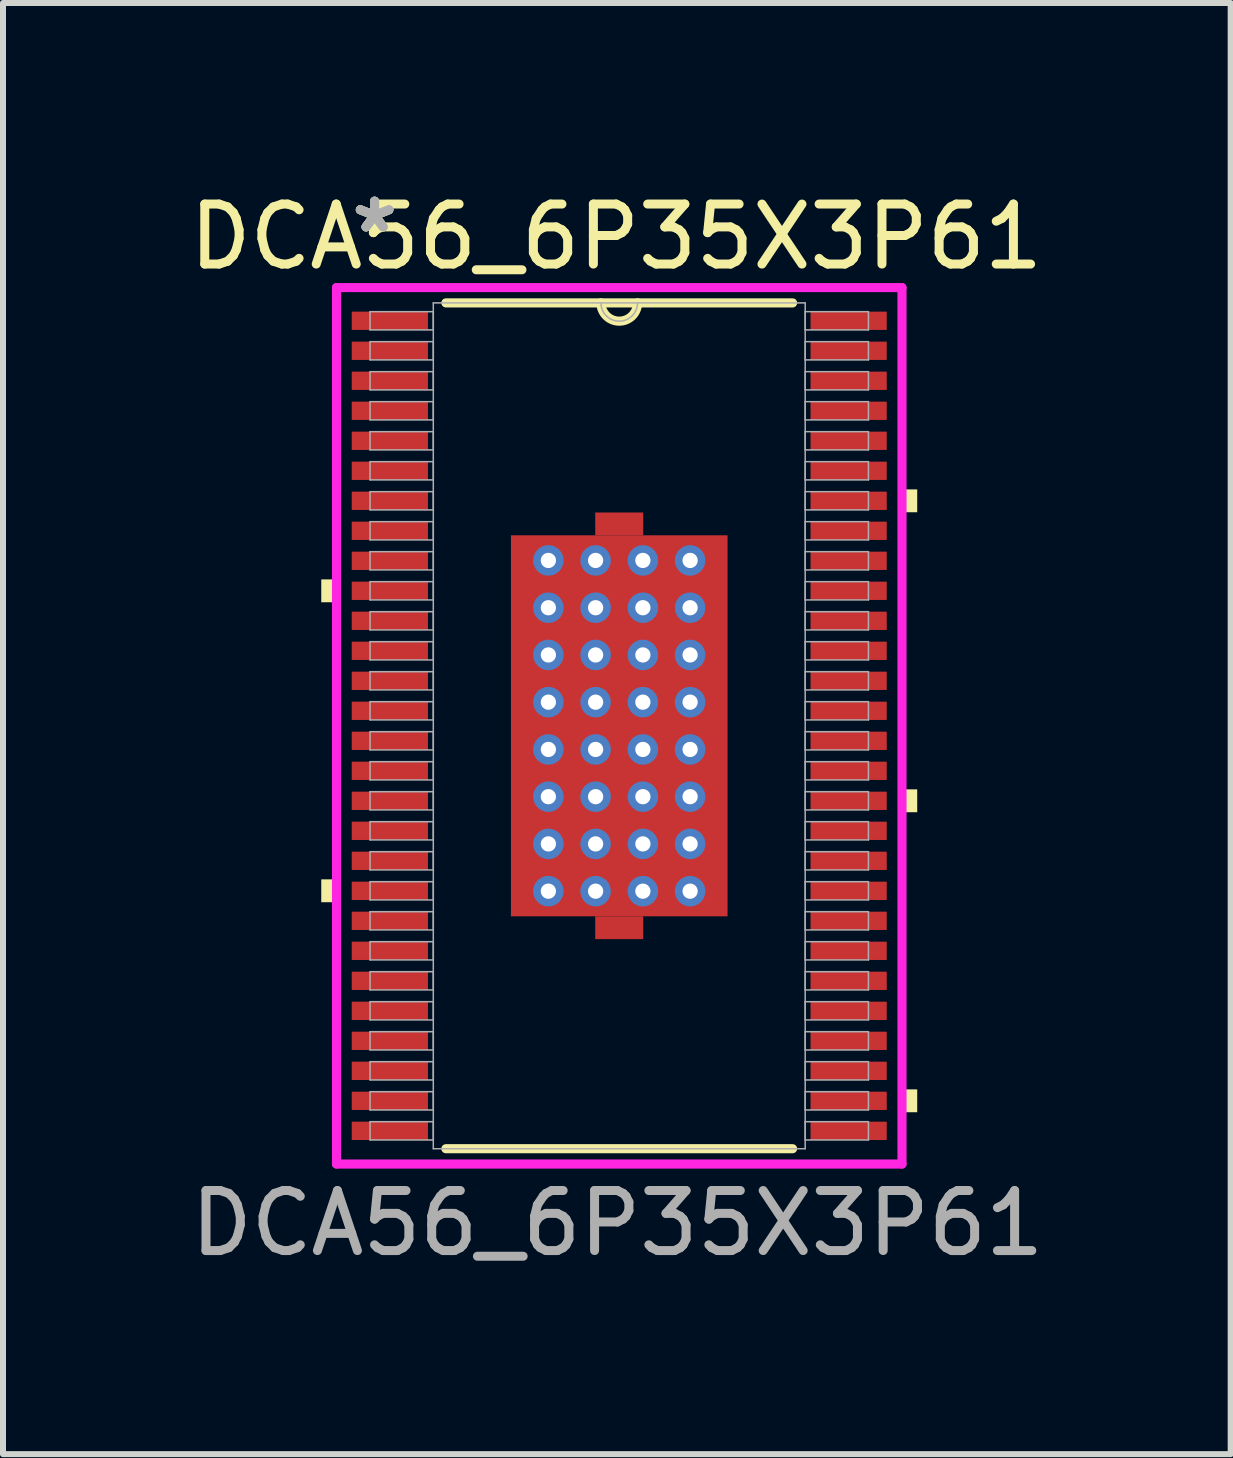
<source format=kicad_pcb>
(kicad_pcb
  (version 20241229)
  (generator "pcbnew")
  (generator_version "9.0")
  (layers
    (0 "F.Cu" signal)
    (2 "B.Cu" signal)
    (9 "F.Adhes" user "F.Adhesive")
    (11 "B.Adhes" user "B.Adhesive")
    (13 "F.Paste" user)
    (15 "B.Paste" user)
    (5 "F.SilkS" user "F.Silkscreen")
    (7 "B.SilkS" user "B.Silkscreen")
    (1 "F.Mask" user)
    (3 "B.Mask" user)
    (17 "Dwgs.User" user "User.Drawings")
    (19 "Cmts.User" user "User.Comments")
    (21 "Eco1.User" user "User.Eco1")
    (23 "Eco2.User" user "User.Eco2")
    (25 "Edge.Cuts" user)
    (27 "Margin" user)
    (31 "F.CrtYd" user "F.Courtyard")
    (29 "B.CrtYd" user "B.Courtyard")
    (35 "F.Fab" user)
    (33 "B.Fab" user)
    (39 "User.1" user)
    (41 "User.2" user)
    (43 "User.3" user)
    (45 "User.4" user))
  (footprint "DCA56_6P35X3P61"
    (layer "F.Cu")
    (at 7.27 9.046)
    (property "Reference" "DCA56_6P35X3P61" (at -0.05 -8.15 0) (unlocked yes) (layer "F.SilkS") (effects (font (size 1 1) (thickness 0.15))))
    (attr smd)
    (fp_poly (pts (xy -0.4 -3.175) (xy -0.4 -3.555) (xy 0.4 -3.555) (xy 0.4 -3.175)) (stroke (width 0) (type solid)) (fill yes) (layer "F.Cu"))
    (fp_poly (pts (xy -0.4 3.175) (xy -0.4 3.555) (xy 0.4 3.555) (xy 0.4 3.175)) (stroke (width 0) (type solid)) (fill yes) (layer "F.Cu"))
    (fp_poly (pts (xy -1.869 -3.239) (xy -1.381 -3.239) (xy -1.381 3.239) (xy -1.869 3.239)) (stroke (width 0) (type solid)) (fill yes) (layer "F.Mask"))
    (fp_poly (pts (xy -1.869 -3.239) (xy 1.869 -3.239) (xy 1.869 -2.956) (xy -1.869 -2.956)) (stroke (width 0) (type solid)) (fill yes) (layer "F.Mask"))
    (fp_poly (pts (xy -1.869 -2.556) (xy 1.869 -2.556) (xy 1.869 -2.168) (xy -1.869 -2.168)) (stroke (width 0) (type solid)) (fill yes) (layer "F.Mask"))
    (fp_poly (pts (xy -1.869 -1.768) (xy 1.869 -1.768) (xy 1.869 -1.381) (xy -1.869 -1.381)) (stroke (width 0) (type solid)) (fill yes) (layer "F.Mask"))
    (fp_poly (pts (xy -1.869 -0.981) (xy 1.869 -0.981) (xy 1.869 -0.594) (xy -1.869 -0.594)) (stroke (width 0) (type solid)) (fill yes) (layer "F.Mask"))
    (fp_poly (pts (xy -1.869 -0.194) (xy 1.869 -0.194) (xy 1.869 0.194) (xy -1.869 0.194)) (stroke (width 0) (type solid)) (fill yes) (layer "F.Mask"))
    (fp_poly (pts (xy -1.869 0.594) (xy 1.869 0.594) (xy 1.869 0.981) (xy -1.869 0.981)) (stroke (width 0) (type solid)) (fill yes) (layer "F.Mask"))
    (fp_poly (pts (xy -1.869 1.381) (xy 1.869 1.381) (xy 1.869 1.768) (xy -1.869 1.768)) (stroke (width 0) (type solid)) (fill yes) (layer "F.Mask"))
    (fp_poly (pts (xy -1.869 2.168) (xy 1.869 2.168) (xy 1.869 2.556) (xy -1.869 2.556)) (stroke (width 0) (type solid)) (fill yes) (layer "F.Mask"))
    (fp_poly (pts (xy -1.869 2.956) (xy 1.869 2.956) (xy 1.869 3.239) (xy -1.869 3.239)) (stroke (width 0) (type solid)) (fill yes) (layer "F.Mask"))
    (fp_poly (pts (xy -0.594 -3.239) (xy -0.981 -3.239) (xy -0.981 3.239) (xy -0.594 3.239)) (stroke (width 0) (type solid)) (fill yes) (layer "F.Mask"))
    (fp_poly (pts (xy -0.4 -3.175) (xy -0.4 -3.555) (xy 0.4 -3.555) (xy 0.4 -3.175)) (stroke (width 0) (type solid)) (fill yes) (layer "F.Mask"))
    (fp_poly (pts (xy -0.4 3.175) (xy -0.4 3.555) (xy 0.4 3.555) (xy 0.4 3.175)) (stroke (width 0) (type solid)) (fill yes) (layer "F.Mask"))
    (fp_poly (pts (xy 0.194 -3.239) (xy -0.194 -3.239) (xy -0.194 3.239) (xy 0.194 3.239)) (stroke (width 0) (type solid)) (fill yes) (layer "F.Mask"))
    (fp_poly (pts (xy 0.981 -3.239) (xy 0.594 -3.239) (xy 0.594 3.239) (xy 0.981 3.239)) (stroke (width 0) (type solid)) (fill yes) (layer "F.Mask"))
    (fp_poly (pts (xy 1.381 -3.239) (xy 1.869 -3.239) (xy 1.869 3.239) (xy 1.381 3.239)) (stroke (width 0) (type solid)) (fill yes) (layer "F.Mask"))
    (fp_line (start -2.889 7.048) (end 2.889 7.048) (stroke (width 0.152) (type solid)) (layer "F.SilkS"))
    (fp_line (start 2.889 -7.048) (end -2.889 -7.048) (stroke (width 0.152) (type solid)) (layer "F.SilkS"))
    (fp_arc (start 0.3048 -7.0485) (mid 0 -6.7437) (end -0.3048 -7.0485) (stroke (width 0.1524) (type solid)) (layer "F.SilkS"))
    (fp_poly (pts (xy -4.966 -2.44) (xy -4.966 -2.059) (xy -4.712 -2.059) (xy -4.712 -2.44)) (stroke (width 0) (type solid)) (fill yes) (layer "F.SilkS"))
    (fp_poly (pts (xy -4.966 2.559) (xy -4.966 2.94) (xy -4.712 2.94) (xy -4.712 2.559)) (stroke (width 0) (type solid)) (fill yes) (layer "F.SilkS"))
    (fp_poly (pts (xy 4.966 -3.94) (xy 4.966 -3.559) (xy 4.712 -3.559) (xy 4.712 -3.94)) (stroke (width 0) (type solid)) (fill yes) (layer "F.SilkS"))
    (fp_poly (pts (xy 4.966 1.059) (xy 4.966 1.44) (xy 4.712 1.44) (xy 4.712 1.059)) (stroke (width 0) (type solid)) (fill yes) (layer "F.SilkS"))
    (fp_poly (pts (xy 4.966 6.059) (xy 4.966 6.44) (xy 4.712 6.44) (xy 4.712 6.059)) (stroke (width 0) (type solid)) (fill yes) (layer "F.SilkS"))
    (fp_poly (pts (xy -1.73 -3.1) (xy -1.73 -2.856) (xy -1.423 -2.856) (xy -1.281 -2.997) (xy -1.281 -3.1)) (stroke (width 0) (type solid)) (fill yes) (layer "F.Paste"))
    (fp_poly (pts (xy -1.73 2.856) (xy -1.73 3.1) (xy -1.281 3.1) (xy -1.281 2.997) (xy -1.423 2.856)) (stroke (width 0) (type solid)) (fill yes) (layer "F.Paste"))
    (fp_poly (pts (xy 1.281 -3.1) (xy 1.281 -2.997) (xy 1.423 -2.856) (xy 1.73 -2.856) (xy 1.73 -3.1)) (stroke (width 0) (type solid)) (fill yes) (layer "F.Paste"))
    (fp_poly (pts (xy 1.423 2.856) (xy 1.281 2.997) (xy 1.281 3.1) (xy 1.73 3.1) (xy 1.73 2.856)) (stroke (width 0) (type solid)) (fill yes) (layer "F.Paste"))
    (fp_poly (pts (xy -1.73 -2.656) (xy -1.73 -2.068) (xy -1.423 -2.068) (xy -1.281 -2.21) (xy -1.281 -2.514) (xy -1.423 -2.656)) (stroke (width 0) (type solid)) (fill yes) (layer "F.Paste"))
    (fp_poly (pts (xy -1.73 -1.869) (xy -1.73 -1.281) (xy -1.423 -1.281) (xy -1.281 -1.423) (xy -1.281 -1.727) (xy -1.423 -1.869)) (stroke (width 0) (type solid)) (fill yes) (layer "F.Paste"))
    (fp_poly (pts (xy -1.73 -1.081) (xy -1.73 -0.494) (xy -1.423 -0.494) (xy -1.281 -0.635) (xy -1.281 -0.94) (xy -1.423 -1.081)) (stroke (width 0) (type solid)) (fill yes) (layer "F.Paste"))
    (fp_poly (pts (xy -1.73 -0.294) (xy -1.73 0.294) (xy -1.423 0.294) (xy -1.281 0.152) (xy -1.281 -0.152) (xy -1.423 -0.294)) (stroke (width 0) (type solid)) (fill yes) (layer "F.Paste"))
    (fp_poly (pts (xy -1.73 0.494) (xy -1.73 1.081) (xy -1.423 1.081) (xy -1.281 0.94) (xy -1.281 0.635) (xy -1.423 0.494)) (stroke (width 0) (type solid)) (fill yes) (layer "F.Paste"))
    (fp_poly (pts (xy -1.73 1.281) (xy -1.73 1.869) (xy -1.423 1.869) (xy -1.281 1.727) (xy -1.281 1.423) (xy -1.423 1.281)) (stroke (width 0) (type solid)) (fill yes) (layer "F.Paste"))
    (fp_poly (pts (xy -1.73 2.068) (xy -1.73 2.656) (xy -1.423 2.656) (xy -1.281 2.514) (xy -1.281 2.21) (xy -1.423 2.068)) (stroke (width 0) (type solid)) (fill yes) (layer "F.Paste"))
    (fp_poly (pts (xy -1.081 -3.1) (xy -1.081 -2.997) (xy -0.94 -2.856) (xy -0.635 -2.856) (xy -0.494 -2.997) (xy -0.494 -3.1)) (stroke (width 0) (type solid)) (fill yes) (layer "F.Paste"))
    (fp_poly (pts (xy -0.94 2.856) (xy -1.081 2.997) (xy -1.081 3.1) (xy -0.494 3.1) (xy -0.494 2.997) (xy -0.635 2.856)) (stroke (width 0) (type solid)) (fill yes) (layer "F.Paste"))
    (fp_poly (pts (xy -0.294 -3.1) (xy -0.294 -2.997) (xy -0.152 -2.856) (xy 0.152 -2.856) (xy 0.294 -2.997) (xy 0.294 -3.1)) (stroke (width 0) (type solid)) (fill yes) (layer "F.Paste"))
    (fp_poly (pts (xy -0.152 2.856) (xy -0.294 2.997) (xy -0.294 3.1) (xy 0.294 3.1) (xy 0.294 2.997) (xy 0.152 2.856)) (stroke (width 0) (type solid)) (fill yes) (layer "F.Paste"))
    (fp_poly (pts (xy 0.494 -3.1) (xy 0.494 -2.997) (xy 0.635 -2.856) (xy 0.94 -2.856) (xy 1.081 -2.997) (xy 1.081 -3.1)) (stroke (width 0) (type solid)) (fill yes) (layer "F.Paste"))
    (fp_poly (pts (xy 0.635 2.856) (xy 0.494 2.997) (xy 0.494 3.1) (xy 1.081 3.1) (xy 1.081 2.997) (xy 0.94 2.856)) (stroke (width 0) (type solid)) (fill yes) (layer "F.Paste"))
    (fp_poly (pts (xy 1.423 -2.656) (xy 1.281 -2.514) (xy 1.281 -2.21) (xy 1.423 -2.068) (xy 1.73 -2.068) (xy 1.73 -2.656)) (stroke (width 0) (type solid)) (fill yes) (layer "F.Paste"))
    (fp_poly (pts (xy 1.423 -1.869) (xy 1.281 -1.727) (xy 1.281 -1.423) (xy 1.423 -1.281) (xy 1.73 -1.281) (xy 1.73 -1.869)) (stroke (width 0) (type solid)) (fill yes) (layer "F.Paste"))
    (fp_poly (pts (xy 1.423 -1.081) (xy 1.281 -0.94) (xy 1.281 -0.635) (xy 1.423 -0.494) (xy 1.73 -0.494) (xy 1.73 -1.081)) (stroke (width 0) (type solid)) (fill yes) (layer "F.Paste"))
    (fp_poly (pts (xy 1.423 -0.294) (xy 1.281 -0.152) (xy 1.281 0.152) (xy 1.423 0.294) (xy 1.73 0.294) (xy 1.73 -0.294)) (stroke (width 0) (type solid)) (fill yes) (layer "F.Paste"))
    (fp_poly (pts (xy 1.423 0.494) (xy 1.281 0.635) (xy 1.281 0.94) (xy 1.423 1.081) (xy 1.73 1.081) (xy 1.73 0.494)) (stroke (width 0) (type solid)) (fill yes) (layer "F.Paste"))
    (fp_poly (pts (xy 1.423 1.281) (xy 1.281 1.423) (xy 1.281 1.727) (xy 1.423 1.869) (xy 1.73 1.869) (xy 1.73 1.281)) (stroke (width 0) (type solid)) (fill yes) (layer "F.Paste"))
    (fp_poly (pts (xy 1.423 2.068) (xy 1.281 2.21) (xy 1.281 2.514) (xy 1.423 2.656) (xy 1.73 2.656) (xy 1.73 2.068)) (stroke (width 0) (type solid)) (fill yes) (layer "F.Paste"))
    (fp_poly (pts (xy -0.94 -2.656) (xy -1.081 -2.514) (xy -1.081 -2.21) (xy -0.94 -2.068) (xy -0.635 -2.068) (xy -0.494 -2.21) (xy -0.494 -2.514) (xy -0.635 -2.656)) (stroke (width 0) (type solid)) (fill yes) (layer "F.Paste"))
    (fp_poly (pts (xy -0.94 -1.869) (xy -1.081 -1.727) (xy -1.081 -1.423) (xy -0.94 -1.281) (xy -0.635 -1.281) (xy -0.494 -1.423) (xy -0.494 -1.727) (xy -0.635 -1.869)) (stroke (width 0) (type solid)) (fill yes) (layer "F.Paste"))
    (fp_poly (pts (xy -0.94 -1.081) (xy -1.081 -0.94) (xy -1.081 -0.635) (xy -0.94 -0.494) (xy -0.635 -0.494) (xy -0.494 -0.635) (xy -0.494 -0.94) (xy -0.635 -1.081)) (stroke (width 0) (type solid)) (fill yes) (layer "F.Paste"))
    (fp_poly (pts (xy -0.94 -0.294) (xy -1.081 -0.152) (xy -1.081 0.152) (xy -0.94 0.294) (xy -0.635 0.294) (xy -0.494 0.152) (xy -0.494 -0.152) (xy -0.635 -0.294)) (stroke (width 0) (type solid)) (fill yes) (layer "F.Paste"))
    (fp_poly (pts (xy -0.94 0.494) (xy -1.081 0.635) (xy -1.081 0.94) (xy -0.94 1.081) (xy -0.635 1.081) (xy -0.494 0.94) (xy -0.494 0.635) (xy -0.635 0.494)) (stroke (width 0) (type solid)) (fill yes) (layer "F.Paste"))
    (fp_poly (pts (xy -0.94 1.281) (xy -1.081 1.423) (xy -1.081 1.727) (xy -0.94 1.869) (xy -0.635 1.869) (xy -0.494 1.727) (xy -0.494 1.423) (xy -0.635 1.281)) (stroke (width 0) (type solid)) (fill yes) (layer "F.Paste"))
    (fp_poly (pts (xy -0.94 2.068) (xy -1.081 2.21) (xy -1.081 2.514) (xy -0.94 2.656) (xy -0.635 2.656) (xy -0.494 2.514) (xy -0.494 2.21) (xy -0.635 2.068)) (stroke (width 0) (type solid)) (fill yes) (layer "F.Paste"))
    (fp_poly (pts (xy -0.152 -2.656) (xy -0.294 -2.514) (xy -0.294 -2.21) (xy -0.152 -2.068) (xy 0.152 -2.068) (xy 0.294 -2.21) (xy 0.294 -2.514) (xy 0.152 -2.656)) (stroke (width 0) (type solid)) (fill yes) (layer "F.Paste"))
    (fp_poly (pts (xy -0.152 -1.869) (xy -0.294 -1.727) (xy -0.294 -1.423) (xy -0.152 -1.281) (xy 0.152 -1.281) (xy 0.294 -1.423) (xy 0.294 -1.727) (xy 0.152 -1.869)) (stroke (width 0) (type solid)) (fill yes) (layer "F.Paste"))
    (fp_poly (pts (xy -0.152 -1.081) (xy -0.294 -0.94) (xy -0.294 -0.635) (xy -0.152 -0.494) (xy 0.152 -0.494) (xy 0.294 -0.635) (xy 0.294 -0.94) (xy 0.152 -1.081)) (stroke (width 0) (type solid)) (fill yes) (layer "F.Paste"))
    (fp_poly (pts (xy -0.152 -0.294) (xy -0.294 -0.152) (xy -0.294 0.152) (xy -0.152 0.294) (xy 0.152 0.294) (xy 0.294 0.152) (xy 0.294 -0.152) (xy 0.152 -0.294)) (stroke (width 0) (type solid)) (fill yes) (layer "F.Paste"))
    (fp_poly (pts (xy -0.152 0.494) (xy -0.294 0.635) (xy -0.294 0.94) (xy -0.152 1.081) (xy 0.152 1.081) (xy 0.294 0.94) (xy 0.294 0.635) (xy 0.152 0.494)) (stroke (width 0) (type solid)) (fill yes) (layer "F.Paste"))
    (fp_poly (pts (xy -0.152 1.281) (xy -0.294 1.423) (xy -0.294 1.727) (xy -0.152 1.869) (xy 0.152 1.869) (xy 0.294 1.727) (xy 0.294 1.423) (xy 0.152 1.281)) (stroke (width 0) (type solid)) (fill yes) (layer "F.Paste"))
    (fp_poly (pts (xy -0.152 2.068) (xy -0.294 2.21) (xy -0.294 2.514) (xy -0.152 2.656) (xy 0.152 2.656) (xy 0.294 2.514) (xy 0.294 2.21) (xy 0.152 2.068)) (stroke (width 0) (type solid)) (fill yes) (layer "F.Paste"))
    (fp_poly (pts (xy 0.635 -2.656) (xy 0.494 -2.514) (xy 0.494 -2.21) (xy 0.635 -2.068) (xy 0.94 -2.068) (xy 1.081 -2.21) (xy 1.081 -2.514) (xy 0.94 -2.656)) (stroke (width 0) (type solid)) (fill yes) (layer "F.Paste"))
    (fp_poly (pts (xy 0.635 -1.869) (xy 0.494 -1.727) (xy 0.494 -1.423) (xy 0.635 -1.281) (xy 0.94 -1.281) (xy 1.081 -1.423) (xy 1.081 -1.727) (xy 0.94 -1.869)) (stroke (width 0) (type solid)) (fill yes) (layer "F.Paste"))
    (fp_poly (pts (xy 0.635 -1.081) (xy 0.494 -0.94) (xy 0.494 -0.635) (xy 0.635 -0.494) (xy 0.94 -0.494) (xy 1.081 -0.635) (xy 1.081 -0.94) (xy 0.94 -1.081)) (stroke (width 0) (type solid)) (fill yes) (layer "F.Paste"))
    (fp_poly (pts (xy 0.635 -0.294) (xy 0.494 -0.152) (xy 0.494 0.152) (xy 0.635 0.294) (xy 0.94 0.294) (xy 1.081 0.152) (xy 1.081 -0.152) (xy 0.94 -0.294)) (stroke (width 0) (type solid)) (fill yes) (layer "F.Paste"))
    (fp_poly (pts (xy 0.635 0.494) (xy 0.494 0.635) (xy 0.494 0.94) (xy 0.635 1.081) (xy 0.94 1.081) (xy 1.081 0.94) (xy 1.081 0.635) (xy 0.94 0.494)) (stroke (width 0) (type solid)) (fill yes) (layer "F.Paste"))
    (fp_poly (pts (xy 0.635 1.281) (xy 0.494 1.423) (xy 0.494 1.727) (xy 0.635 1.869) (xy 0.94 1.869) (xy 1.081 1.727) (xy 1.081 1.423) (xy 0.94 1.281)) (stroke (width 0) (type solid)) (fill yes) (layer "F.Paste"))
    (fp_poly (pts (xy 0.635 2.068) (xy 0.494 2.21) (xy 0.494 2.514) (xy 0.635 2.656) (xy 0.94 2.656) (xy 1.081 2.514) (xy 1.081 2.21) (xy 0.94 2.068)) (stroke (width 0) (type solid)) (fill yes) (layer "F.Paste"))
    (fp_line (start -4.712 -7.303) (end 4.712 -7.303) (stroke (width 0.152) (type solid)) (layer "F.CrtYd"))
    (fp_line (start -4.712 7.303) (end -4.712 -7.303) (stroke (width 0.152) (type solid)) (layer "F.CrtYd"))
    (fp_line (start 4.712 -7.303) (end 4.712 7.303) (stroke (width 0.152) (type solid)) (layer "F.CrtYd"))
    (fp_line (start 4.712 7.303) (end -4.712 7.303) (stroke (width 0.152) (type solid)) (layer "F.CrtYd"))
    (fp_line (start -4.153 -6.902) (end -4.153 -6.598) (stroke (width 0.025) (type solid)) (layer "F.Fab"))
    (fp_line (start -4.153 -6.598) (end -3.099 -6.598) (stroke (width 0.025) (type solid)) (layer "F.Fab"))
    (fp_line (start -4.153 -6.402) (end -4.153 -6.098) (stroke (width 0.025) (type solid)) (layer "F.Fab"))
    (fp_line (start -4.153 -6.098) (end -3.099 -6.098) (stroke (width 0.025) (type solid)) (layer "F.Fab"))
    (fp_line (start -4.153 -5.902) (end -4.153 -5.598) (stroke (width 0.025) (type solid)) (layer "F.Fab"))
    (fp_line (start -4.153 -5.598) (end -3.099 -5.598) (stroke (width 0.025) (type solid)) (layer "F.Fab"))
    (fp_line (start -4.153 -5.402) (end -4.153 -5.098) (stroke (width 0.025) (type solid)) (layer "F.Fab"))
    (fp_line (start -4.153 -5.098) (end -3.099 -5.098) (stroke (width 0.025) (type solid)) (layer "F.Fab"))
    (fp_line (start -4.153 -4.902) (end -4.153 -4.598) (stroke (width 0.025) (type solid)) (layer "F.Fab"))
    (fp_line (start -4.153 -4.598) (end -3.099 -4.598) (stroke (width 0.025) (type solid)) (layer "F.Fab"))
    (fp_line (start -4.153 -4.402) (end -4.153 -4.098) (stroke (width 0.025) (type solid)) (layer "F.Fab"))
    (fp_line (start -4.153 -4.098) (end -3.099 -4.098) (stroke (width 0.025) (type solid)) (layer "F.Fab"))
    (fp_line (start -4.153 -3.902) (end -4.153 -3.598) (stroke (width 0.025) (type solid)) (layer "F.Fab"))
    (fp_line (start -4.153 -3.598) (end -3.099 -3.598) (stroke (width 0.025) (type solid)) (layer "F.Fab"))
    (fp_line (start -4.153 -3.402) (end -4.153 -3.098) (stroke (width 0.025) (type solid)) (layer "F.Fab"))
    (fp_line (start -4.153 -3.098) (end -3.099 -3.098) (stroke (width 0.025) (type solid)) (layer "F.Fab"))
    (fp_line (start -4.153 -2.902) (end -4.153 -2.598) (stroke (width 0.025) (type solid)) (layer "F.Fab"))
    (fp_line (start -4.153 -2.598) (end -3.099 -2.598) (stroke (width 0.025) (type solid)) (layer "F.Fab"))
    (fp_line (start -4.153 -2.402) (end -4.153 -2.098) (stroke (width 0.025) (type solid)) (layer "F.Fab"))
    (fp_line (start -4.153 -2.098) (end -3.099 -2.098) (stroke (width 0.025) (type solid)) (layer "F.Fab"))
    (fp_line (start -4.153 -1.902) (end -4.153 -1.598) (stroke (width 0.025) (type solid)) (layer "F.Fab"))
    (fp_line (start -4.153 -1.598) (end -3.099 -1.598) (stroke (width 0.025) (type solid)) (layer "F.Fab"))
    (fp_line (start -4.153 -1.402) (end -4.153 -1.098) (stroke (width 0.025) (type solid)) (layer "F.Fab"))
    (fp_line (start -4.153 -1.098) (end -3.099 -1.098) (stroke (width 0.025) (type solid)) (layer "F.Fab"))
    (fp_line (start -4.153 -0.902) (end -4.153 -0.598) (stroke (width 0.025) (type solid)) (layer "F.Fab"))
    (fp_line (start -4.153 -0.598) (end -3.099 -0.598) (stroke (width 0.025) (type solid)) (layer "F.Fab"))
    (fp_line (start -4.153 -0.402) (end -4.153 -0.098) (stroke (width 0.025) (type solid)) (layer "F.Fab"))
    (fp_line (start -4.153 -0.098) (end -3.099 -0.098) (stroke (width 0.025) (type solid)) (layer "F.Fab"))
    (fp_line (start -4.153 0.098) (end -4.153 0.402) (stroke (width 0.025) (type solid)) (layer "F.Fab"))
    (fp_line (start -4.153 0.402) (end -3.099 0.402) (stroke (width 0.025) (type solid)) (layer "F.Fab"))
    (fp_line (start -4.153 0.598) (end -4.153 0.902) (stroke (width 0.025) (type solid)) (layer "F.Fab"))
    (fp_line (start -4.153 0.902) (end -3.099 0.902) (stroke (width 0.025) (type solid)) (layer "F.Fab"))
    (fp_line (start -4.153 1.098) (end -4.153 1.402) (stroke (width 0.025) (type solid)) (layer "F.Fab"))
    (fp_line (start -4.153 1.402) (end -3.099 1.402) (stroke (width 0.025) (type solid)) (layer "F.Fab"))
    (fp_line (start -4.153 1.598) (end -4.153 1.902) (stroke (width 0.025) (type solid)) (layer "F.Fab"))
    (fp_line (start -4.153 1.902) (end -3.099 1.902) (stroke (width 0.025) (type solid)) (layer "F.Fab"))
    (fp_line (start -4.153 2.098) (end -4.153 2.402) (stroke (width 0.025) (type solid)) (layer "F.Fab"))
    (fp_line (start -4.153 2.402) (end -3.099 2.402) (stroke (width 0.025) (type solid)) (layer "F.Fab"))
    (fp_line (start -4.153 2.598) (end -4.153 2.902) (stroke (width 0.025) (type solid)) (layer "F.Fab"))
    (fp_line (start -4.153 2.902) (end -3.099 2.902) (stroke (width 0.025) (type solid)) (layer "F.Fab"))
    (fp_line (start -4.153 3.098) (end -4.153 3.402) (stroke (width 0.025) (type solid)) (layer "F.Fab"))
    (fp_line (start -4.153 3.402) (end -3.099 3.402) (stroke (width 0.025) (type solid)) (layer "F.Fab"))
    (fp_line (start -4.153 3.598) (end -4.153 3.902) (stroke (width 0.025) (type solid)) (layer "F.Fab"))
    (fp_line (start -4.153 3.902) (end -3.099 3.902) (stroke (width 0.025) (type solid)) (layer "F.Fab"))
    (fp_line (start -4.153 4.098) (end -4.153 4.402) (stroke (width 0.025) (type solid)) (layer "F.Fab"))
    (fp_line (start -4.153 4.402) (end -3.099 4.402) (stroke (width 0.025) (type solid)) (layer "F.Fab"))
    (fp_line (start -4.153 4.598) (end -4.153 4.902) (stroke (width 0.025) (type solid)) (layer "F.Fab"))
    (fp_line (start -4.153 4.902) (end -3.099 4.902) (stroke (width 0.025) (type solid)) (layer "F.Fab"))
    (fp_line (start -4.153 5.098) (end -4.153 5.402) (stroke (width 0.025) (type solid)) (layer "F.Fab"))
    (fp_line (start -4.153 5.402) (end -3.099 5.402) (stroke (width 0.025) (type solid)) (layer "F.Fab"))
    (fp_line (start -4.153 5.598) (end -4.153 5.902) (stroke (width 0.025) (type solid)) (layer "F.Fab"))
    (fp_line (start -4.153 5.902) (end -3.099 5.902) (stroke (width 0.025) (type solid)) (layer "F.Fab"))
    (fp_line (start -4.153 6.098) (end -4.153 6.402) (stroke (width 0.025) (type solid)) (layer "F.Fab"))
    (fp_line (start -4.153 6.402) (end -3.099 6.402) (stroke (width 0.025) (type solid)) (layer "F.Fab"))
    (fp_line (start -4.153 6.598) (end -4.153 6.902) (stroke (width 0.025) (type solid)) (layer "F.Fab"))
    (fp_line (start -4.153 6.902) (end -3.099 6.902) (stroke (width 0.025) (type solid)) (layer "F.Fab"))
    (fp_line (start -3.099 -7.048) (end -3.099 7.048) (stroke (width 0.025) (type solid)) (layer "F.Fab"))
    (fp_line (start -3.099 -6.902) (end -4.153 -6.902) (stroke (width 0.025) (type solid)) (layer "F.Fab"))
    (fp_line (start -3.099 -6.598) (end -3.099 -6.902) (stroke (width 0.025) (type solid)) (layer "F.Fab"))
    (fp_line (start -3.099 -6.402) (end -4.153 -6.402) (stroke (width 0.025) (type solid)) (layer "F.Fab"))
    (fp_line (start -3.099 -6.098) (end -3.099 -6.402) (stroke (width 0.025) (type solid)) (layer "F.Fab"))
    (fp_line (start -3.099 -5.902) (end -4.153 -5.902) (stroke (width 0.025) (type solid)) (layer "F.Fab"))
    (fp_line (start -3.099 -5.598) (end -3.099 -5.902) (stroke (width 0.025) (type solid)) (layer "F.Fab"))
    (fp_line (start -3.099 -5.402) (end -4.153 -5.402) (stroke (width 0.025) (type solid)) (layer "F.Fab"))
    (fp_line (start -3.099 -5.098) (end -3.099 -5.402) (stroke (width 0.025) (type solid)) (layer "F.Fab"))
    (fp_line (start -3.099 -4.902) (end -4.153 -4.902) (stroke (width 0.025) (type solid)) (layer "F.Fab"))
    (fp_line (start -3.099 -4.598) (end -3.099 -4.902) (stroke (width 0.025) (type solid)) (layer "F.Fab"))
    (fp_line (start -3.099 -4.402) (end -4.153 -4.402) (stroke (width 0.025) (type solid)) (layer "F.Fab"))
    (fp_line (start -3.099 -4.098) (end -3.099 -4.402) (stroke (width 0.025) (type solid)) (layer "F.Fab"))
    (fp_line (start -3.099 -3.902) (end -4.153 -3.902) (stroke (width 0.025) (type solid)) (layer "F.Fab"))
    (fp_line (start -3.099 -3.598) (end -3.099 -3.902) (stroke (width 0.025) (type solid)) (layer "F.Fab"))
    (fp_line (start -3.099 -3.402) (end -4.153 -3.402) (stroke (width 0.025) (type solid)) (layer "F.Fab"))
    (fp_line (start -3.099 -3.098) (end -3.099 -3.402) (stroke (width 0.025) (type solid)) (layer "F.Fab"))
    (fp_line (start -3.099 -2.902) (end -4.153 -2.902) (stroke (width 0.025) (type solid)) (layer "F.Fab"))
    (fp_line (start -3.099 -2.598) (end -3.099 -2.902) (stroke (width 0.025) (type solid)) (layer "F.Fab"))
    (fp_line (start -3.099 -2.402) (end -4.153 -2.402) (stroke (width 0.025) (type solid)) (layer "F.Fab"))
    (fp_line (start -3.099 -2.098) (end -3.099 -2.402) (stroke (width 0.025) (type solid)) (layer "F.Fab"))
    (fp_line (start -3.099 -1.902) (end -4.153 -1.902) (stroke (width 0.025) (type solid)) (layer "F.Fab"))
    (fp_line (start -3.099 -1.598) (end -3.099 -1.902) (stroke (width 0.025) (type solid)) (layer "F.Fab"))
    (fp_line (start -3.099 -1.402) (end -4.153 -1.402) (stroke (width 0.025) (type solid)) (layer "F.Fab"))
    (fp_line (start -3.099 -1.098) (end -3.099 -1.402) (stroke (width 0.025) (type solid)) (layer "F.Fab"))
    (fp_line (start -3.099 -0.902) (end -4.153 -0.902) (stroke (width 0.025) (type solid)) (layer "F.Fab"))
    (fp_line (start -3.099 -0.598) (end -3.099 -0.902) (stroke (width 0.025) (type solid)) (layer "F.Fab"))
    (fp_line (start -3.099 -0.402) (end -4.153 -0.402) (stroke (width 0.025) (type solid)) (layer "F.Fab"))
    (fp_line (start -3.099 -0.098) (end -3.099 -0.402) (stroke (width 0.025) (type solid)) (layer "F.Fab"))
    (fp_line (start -3.099 0.098) (end -4.153 0.098) (stroke (width 0.025) (type solid)) (layer "F.Fab"))
    (fp_line (start -3.099 0.402) (end -3.099 0.098) (stroke (width 0.025) (type solid)) (layer "F.Fab"))
    (fp_line (start -3.099 0.598) (end -4.153 0.598) (stroke (width 0.025) (type solid)) (layer "F.Fab"))
    (fp_line (start -3.099 0.902) (end -3.099 0.598) (stroke (width 0.025) (type solid)) (layer "F.Fab"))
    (fp_line (start -3.099 1.098) (end -4.153 1.098) (stroke (width 0.025) (type solid)) (layer "F.Fab"))
    (fp_line (start -3.099 1.402) (end -3.099 1.098) (stroke (width 0.025) (type solid)) (layer "F.Fab"))
    (fp_line (start -3.099 1.598) (end -4.153 1.598) (stroke (width 0.025) (type solid)) (layer "F.Fab"))
    (fp_line (start -3.099 1.902) (end -3.099 1.598) (stroke (width 0.025) (type solid)) (layer "F.Fab"))
    (fp_line (start -3.099 2.098) (end -4.153 2.098) (stroke (width 0.025) (type solid)) (layer "F.Fab"))
    (fp_line (start -3.099 2.402) (end -3.099 2.098) (stroke (width 0.025) (type solid)) (layer "F.Fab"))
    (fp_line (start -3.099 2.598) (end -4.153 2.598) (stroke (width 0.025) (type solid)) (layer "F.Fab"))
    (fp_line (start -3.099 2.902) (end -3.099 2.598) (stroke (width 0.025) (type solid)) (layer "F.Fab"))
    (fp_line (start -3.099 3.098) (end -4.153 3.098) (stroke (width 0.025) (type solid)) (layer "F.Fab"))
    (fp_line (start -3.099 3.402) (end -3.099 3.098) (stroke (width 0.025) (type solid)) (layer "F.Fab"))
    (fp_line (start -3.099 3.598) (end -4.153 3.598) (stroke (width 0.025) (type solid)) (layer "F.Fab"))
    (fp_line (start -3.099 3.902) (end -3.099 3.598) (stroke (width 0.025) (type solid)) (layer "F.Fab"))
    (fp_line (start -3.099 4.098) (end -4.153 4.098) (stroke (width 0.025) (type solid)) (layer "F.Fab"))
    (fp_line (start -3.099 4.402) (end -3.099 4.098) (stroke (width 0.025) (type solid)) (layer "F.Fab"))
    (fp_line (start -3.099 4.598) (end -4.153 4.598) (stroke (width 0.025) (type solid)) (layer "F.Fab"))
    (fp_line (start -3.099 4.902) (end -3.099 4.598) (stroke (width 0.025) (type solid)) (layer "F.Fab"))
    (fp_line (start -3.099 5.098) (end -4.153 5.098) (stroke (width 0.025) (type solid)) (layer "F.Fab"))
    (fp_line (start -3.099 5.402) (end -3.099 5.098) (stroke (width 0.025) (type solid)) (layer "F.Fab"))
    (fp_line (start -3.099 5.598) (end -4.153 5.598) (stroke (width 0.025) (type solid)) (layer "F.Fab"))
    (fp_line (start -3.099 5.902) (end -3.099 5.598) (stroke (width 0.025) (type solid)) (layer "F.Fab"))
    (fp_line (start -3.099 6.098) (end -4.153 6.098) (stroke (width 0.025) (type solid)) (layer "F.Fab"))
    (fp_line (start -3.099 6.402) (end -3.099 6.098) (stroke (width 0.025) (type solid)) (layer "F.Fab"))
    (fp_line (start -3.099 6.598) (end -4.153 6.598) (stroke (width 0.025) (type solid)) (layer "F.Fab"))
    (fp_line (start -3.099 6.902) (end -3.099 6.598) (stroke (width 0.025) (type solid)) (layer "F.Fab"))
    (fp_line (start -3.099 7.048) (end 3.099 7.048) (stroke (width 0.025) (type solid)) (layer "F.Fab"))
    (fp_line (start 3.099 -7.048) (end -3.099 -7.048) (stroke (width 0.025) (type solid)) (layer "F.Fab"))
    (fp_line (start 3.099 -6.902) (end 3.099 -6.598) (stroke (width 0.025) (type solid)) (layer "F.Fab"))
    (fp_line (start 3.099 -6.598) (end 4.153 -6.598) (stroke (width 0.025) (type solid)) (layer "F.Fab"))
    (fp_line (start 3.099 -6.402) (end 3.099 -6.098) (stroke (width 0.025) (type solid)) (layer "F.Fab"))
    (fp_line (start 3.099 -6.098) (end 4.153 -6.098) (stroke (width 0.025) (type solid)) (layer "F.Fab"))
    (fp_line (start 3.099 -5.902) (end 3.099 -5.598) (stroke (width 0.025) (type solid)) (layer "F.Fab"))
    (fp_line (start 3.099 -5.598) (end 4.153 -5.598) (stroke (width 0.025) (type solid)) (layer "F.Fab"))
    (fp_line (start 3.099 -5.402) (end 3.099 -5.098) (stroke (width 0.025) (type solid)) (layer "F.Fab"))
    (fp_line (start 3.099 -5.098) (end 4.153 -5.098) (stroke (width 0.025) (type solid)) (layer "F.Fab"))
    (fp_line (start 3.099 -4.902) (end 3.099 -4.598) (stroke (width 0.025) (type solid)) (layer "F.Fab"))
    (fp_line (start 3.099 -4.598) (end 4.153 -4.598) (stroke (width 0.025) (type solid)) (layer "F.Fab"))
    (fp_line (start 3.099 -4.402) (end 3.099 -4.098) (stroke (width 0.025) (type solid)) (layer "F.Fab"))
    (fp_line (start 3.099 -4.098) (end 4.153 -4.098) (stroke (width 0.025) (type solid)) (layer "F.Fab"))
    (fp_line (start 3.099 -3.902) (end 3.099 -3.598) (stroke (width 0.025) (type solid)) (layer "F.Fab"))
    (fp_line (start 3.099 -3.598) (end 4.153 -3.598) (stroke (width 0.025) (type solid)) (layer "F.Fab"))
    (fp_line (start 3.099 -3.402) (end 3.099 -3.098) (stroke (width 0.025) (type solid)) (layer "F.Fab"))
    (fp_line (start 3.099 -3.098) (end 4.153 -3.098) (stroke (width 0.025) (type solid)) (layer "F.Fab"))
    (fp_line (start 3.099 -2.902) (end 3.099 -2.598) (stroke (width 0.025) (type solid)) (layer "F.Fab"))
    (fp_line (start 3.099 -2.598) (end 4.153 -2.598) (stroke (width 0.025) (type solid)) (layer "F.Fab"))
    (fp_line (start 3.099 -2.402) (end 3.099 -2.098) (stroke (width 0.025) (type solid)) (layer "F.Fab"))
    (fp_line (start 3.099 -2.098) (end 4.153 -2.098) (stroke (width 0.025) (type solid)) (layer "F.Fab"))
    (fp_line (start 3.099 -1.902) (end 3.099 -1.598) (stroke (width 0.025) (type solid)) (layer "F.Fab"))
    (fp_line (start 3.099 -1.598) (end 4.153 -1.598) (stroke (width 0.025) (type solid)) (layer "F.Fab"))
    (fp_line (start 3.099 -1.402) (end 3.099 -1.098) (stroke (width 0.025) (type solid)) (layer "F.Fab"))
    (fp_line (start 3.099 -1.098) (end 4.153 -1.098) (stroke (width 0.025) (type solid)) (layer "F.Fab"))
    (fp_line (start 3.099 -0.902) (end 3.099 -0.598) (stroke (width 0.025) (type solid)) (layer "F.Fab"))
    (fp_line (start 3.099 -0.598) (end 4.153 -0.598) (stroke (width 0.025) (type solid)) (layer "F.Fab"))
    (fp_line (start 3.099 -0.402) (end 3.099 -0.098) (stroke (width 0.025) (type solid)) (layer "F.Fab"))
    (fp_line (start 3.099 -0.098) (end 4.153 -0.098) (stroke (width 0.025) (type solid)) (layer "F.Fab"))
    (fp_line (start 3.099 0.098) (end 3.099 0.402) (stroke (width 0.025) (type solid)) (layer "F.Fab"))
    (fp_line (start 3.099 0.402) (end 4.153 0.402) (stroke (width 0.025) (type solid)) (layer "F.Fab"))
    (fp_line (start 3.099 0.598) (end 3.099 0.902) (stroke (width 0.025) (type solid)) (layer "F.Fab"))
    (fp_line (start 3.099 0.902) (end 4.153 0.902) (stroke (width 0.025) (type solid)) (layer "F.Fab"))
    (fp_line (start 3.099 1.098) (end 3.099 1.402) (stroke (width 0.025) (type solid)) (layer "F.Fab"))
    (fp_line (start 3.099 1.402) (end 4.153 1.402) (stroke (width 0.025) (type solid)) (layer "F.Fab"))
    (fp_line (start 3.099 1.598) (end 3.099 1.902) (stroke (width 0.025) (type solid)) (layer "F.Fab"))
    (fp_line (start 3.099 1.902) (end 4.153 1.902) (stroke (width 0.025) (type solid)) (layer "F.Fab"))
    (fp_line (start 3.099 2.098) (end 3.099 2.402) (stroke (width 0.025) (type solid)) (layer "F.Fab"))
    (fp_line (start 3.099 2.402) (end 4.153 2.402) (stroke (width 0.025) (type solid)) (layer "F.Fab"))
    (fp_line (start 3.099 2.598) (end 3.099 2.902) (stroke (width 0.025) (type solid)) (layer "F.Fab"))
    (fp_line (start 3.099 2.902) (end 4.153 2.902) (stroke (width 0.025) (type solid)) (layer "F.Fab"))
    (fp_line (start 3.099 3.098) (end 3.099 3.402) (stroke (width 0.025) (type solid)) (layer "F.Fab"))
    (fp_line (start 3.099 3.402) (end 4.153 3.402) (stroke (width 0.025) (type solid)) (layer "F.Fab"))
    (fp_line (start 3.099 3.598) (end 3.099 3.902) (stroke (width 0.025) (type solid)) (layer "F.Fab"))
    (fp_line (start 3.099 3.902) (end 4.153 3.902) (stroke (width 0.025) (type solid)) (layer "F.Fab"))
    (fp_line (start 3.099 4.098) (end 3.099 4.402) (stroke (width 0.025) (type solid)) (layer "F.Fab"))
    (fp_line (start 3.099 4.402) (end 4.153 4.402) (stroke (width 0.025) (type solid)) (layer "F.Fab"))
    (fp_line (start 3.099 4.598) (end 3.099 4.902) (stroke (width 0.025) (type solid)) (layer "F.Fab"))
    (fp_line (start 3.099 4.902) (end 4.153 4.902) (stroke (width 0.025) (type solid)) (layer "F.Fab"))
    (fp_line (start 3.099 5.098) (end 3.099 5.402) (stroke (width 0.025) (type solid)) (layer "F.Fab"))
    (fp_line (start 3.099 5.402) (end 4.153 5.402) (stroke (width 0.025) (type solid)) (layer "F.Fab"))
    (fp_line (start 3.099 5.598) (end 3.099 5.902) (stroke (width 0.025) (type solid)) (layer "F.Fab"))
    (fp_line (start 3.099 5.902) (end 4.153 5.902) (stroke (width 0.025) (type solid)) (layer "F.Fab"))
    (fp_line (start 3.099 6.098) (end 3.099 6.402) (stroke (width 0.025) (type solid)) (layer "F.Fab"))
    (fp_line (start 3.099 6.402) (end 4.153 6.402) (stroke (width 0.025) (type solid)) (layer "F.Fab"))
    (fp_line (start 3.099 6.598) (end 3.099 6.902) (stroke (width 0.025) (type solid)) (layer "F.Fab"))
    (fp_line (start 3.099 6.902) (end 4.153 6.902) (stroke (width 0.025) (type solid)) (layer "F.Fab"))
    (fp_line (start 3.099 7.048) (end 3.099 -7.048) (stroke (width 0.025) (type solid)) (layer "F.Fab"))
    (fp_line (start 4.153 -6.902) (end 3.099 -6.902) (stroke (width 0.025) (type solid)) (layer "F.Fab"))
    (fp_line (start 4.153 -6.598) (end 4.153 -6.902) (stroke (width 0.025) (type solid)) (layer "F.Fab"))
    (fp_line (start 4.153 -6.402) (end 3.099 -6.402) (stroke (width 0.025) (type solid)) (layer "F.Fab"))
    (fp_line (start 4.153 -6.098) (end 4.153 -6.402) (stroke (width 0.025) (type solid)) (layer "F.Fab"))
    (fp_line (start 4.153 -5.902) (end 3.099 -5.902) (stroke (width 0.025) (type solid)) (layer "F.Fab"))
    (fp_line (start 4.153 -5.598) (end 4.153 -5.902) (stroke (width 0.025) (type solid)) (layer "F.Fab"))
    (fp_line (start 4.153 -5.402) (end 3.099 -5.402) (stroke (width 0.025) (type solid)) (layer "F.Fab"))
    (fp_line (start 4.153 -5.098) (end 4.153 -5.402) (stroke (width 0.025) (type solid)) (layer "F.Fab"))
    (fp_line (start 4.153 -4.902) (end 3.099 -4.902) (stroke (width 0.025) (type solid)) (layer "F.Fab"))
    (fp_line (start 4.153 -4.598) (end 4.153 -4.902) (stroke (width 0.025) (type solid)) (layer "F.Fab"))
    (fp_line (start 4.153 -4.402) (end 3.099 -4.402) (stroke (width 0.025) (type solid)) (layer "F.Fab"))
    (fp_line (start 4.153 -4.098) (end 4.153 -4.402) (stroke (width 0.025) (type solid)) (layer "F.Fab"))
    (fp_line (start 4.153 -3.902) (end 3.099 -3.902) (stroke (width 0.025) (type solid)) (layer "F.Fab"))
    (fp_line (start 4.153 -3.598) (end 4.153 -3.902) (stroke (width 0.025) (type solid)) (layer "F.Fab"))
    (fp_line (start 4.153 -3.402) (end 3.099 -3.402) (stroke (width 0.025) (type solid)) (layer "F.Fab"))
    (fp_line (start 4.153 -3.098) (end 4.153 -3.402) (stroke (width 0.025) (type solid)) (layer "F.Fab"))
    (fp_line (start 4.153 -2.902) (end 3.099 -2.902) (stroke (width 0.025) (type solid)) (layer "F.Fab"))
    (fp_line (start 4.153 -2.598) (end 4.153 -2.902) (stroke (width 0.025) (type solid)) (layer "F.Fab"))
    (fp_line (start 4.153 -2.402) (end 3.099 -2.402) (stroke (width 0.025) (type solid)) (layer "F.Fab"))
    (fp_line (start 4.153 -2.098) (end 4.153 -2.402) (stroke (width 0.025) (type solid)) (layer "F.Fab"))
    (fp_line (start 4.153 -1.902) (end 3.099 -1.902) (stroke (width 0.025) (type solid)) (layer "F.Fab"))
    (fp_line (start 4.153 -1.598) (end 4.153 -1.902) (stroke (width 0.025) (type solid)) (layer "F.Fab"))
    (fp_line (start 4.153 -1.402) (end 3.099 -1.402) (stroke (width 0.025) (type solid)) (layer "F.Fab"))
    (fp_line (start 4.153 -1.098) (end 4.153 -1.402) (stroke (width 0.025) (type solid)) (layer "F.Fab"))
    (fp_line (start 4.153 -0.902) (end 3.099 -0.902) (stroke (width 0.025) (type solid)) (layer "F.Fab"))
    (fp_line (start 4.153 -0.598) (end 4.153 -0.902) (stroke (width 0.025) (type solid)) (layer "F.Fab"))
    (fp_line (start 4.153 -0.402) (end 3.099 -0.402) (stroke (width 0.025) (type solid)) (layer "F.Fab"))
    (fp_line (start 4.153 -0.098) (end 4.153 -0.402) (stroke (width 0.025) (type solid)) (layer "F.Fab"))
    (fp_line (start 4.153 0.098) (end 3.099 0.098) (stroke (width 0.025) (type solid)) (layer "F.Fab"))
    (fp_line (start 4.153 0.402) (end 4.153 0.098) (stroke (width 0.025) (type solid)) (layer "F.Fab"))
    (fp_line (start 4.153 0.598) (end 3.099 0.598) (stroke (width 0.025) (type solid)) (layer "F.Fab"))
    (fp_line (start 4.153 0.902) (end 4.153 0.598) (stroke (width 0.025) (type solid)) (layer "F.Fab"))
    (fp_line (start 4.153 1.098) (end 3.099 1.098) (stroke (width 0.025) (type solid)) (layer "F.Fab"))
    (fp_line (start 4.153 1.402) (end 4.153 1.098) (stroke (width 0.025) (type solid)) (layer "F.Fab"))
    (fp_line (start 4.153 1.598) (end 3.099 1.598) (stroke (width 0.025) (type solid)) (layer "F.Fab"))
    (fp_line (start 4.153 1.902) (end 4.153 1.598) (stroke (width 0.025) (type solid)) (layer "F.Fab"))
    (fp_line (start 4.153 2.098) (end 3.099 2.098) (stroke (width 0.025) (type solid)) (layer "F.Fab"))
    (fp_line (start 4.153 2.402) (end 4.153 2.098) (stroke (width 0.025) (type solid)) (layer "F.Fab"))
    (fp_line (start 4.153 2.598) (end 3.099 2.598) (stroke (width 0.025) (type solid)) (layer "F.Fab"))
    (fp_line (start 4.153 2.902) (end 4.153 2.598) (stroke (width 0.025) (type solid)) (layer "F.Fab"))
    (fp_line (start 4.153 3.098) (end 3.099 3.098) (stroke (width 0.025) (type solid)) (layer "F.Fab"))
    (fp_line (start 4.153 3.402) (end 4.153 3.098) (stroke (width 0.025) (type solid)) (layer "F.Fab"))
    (fp_line (start 4.153 3.598) (end 3.099 3.598) (stroke (width 0.025) (type solid)) (layer "F.Fab"))
    (fp_line (start 4.153 3.902) (end 4.153 3.598) (stroke (width 0.025) (type solid)) (layer "F.Fab"))
    (fp_line (start 4.153 4.098) (end 3.099 4.098) (stroke (width 0.025) (type solid)) (layer "F.Fab"))
    (fp_line (start 4.153 4.402) (end 4.153 4.098) (stroke (width 0.025) (type solid)) (layer "F.Fab"))
    (fp_line (start 4.153 4.598) (end 3.099 4.598) (stroke (width 0.025) (type solid)) (layer "F.Fab"))
    (fp_line (start 4.153 4.902) (end 4.153 4.598) (stroke (width 0.025) (type solid)) (layer "F.Fab"))
    (fp_line (start 4.153 5.098) (end 3.099 5.098) (stroke (width 0.025) (type solid)) (layer "F.Fab"))
    (fp_line (start 4.153 5.402) (end 4.153 5.098) (stroke (width 0.025) (type solid)) (layer "F.Fab"))
    (fp_line (start 4.153 5.598) (end 3.099 5.598) (stroke (width 0.025) (type solid)) (layer "F.Fab"))
    (fp_line (start 4.153 5.902) (end 4.153 5.598) (stroke (width 0.025) (type solid)) (layer "F.Fab"))
    (fp_line (start 4.153 6.098) (end 3.099 6.098) (stroke (width 0.025) (type solid)) (layer "F.Fab"))
    (fp_line (start 4.153 6.402) (end 4.153 6.098) (stroke (width 0.025) (type solid)) (layer "F.Fab"))
    (fp_line (start 4.153 6.598) (end 3.099 6.598) (stroke (width 0.025) (type solid)) (layer "F.Fab"))
    (fp_line (start 4.153 6.902) (end 4.153 6.598) (stroke (width 0.025) (type solid)) (layer "F.Fab"))
    (fp_arc (start 0.3048 -7.0485) (mid 0 -6.7437) (end -0.3048 -7.0485) (stroke (width 0.0254) (type solid)) (layer "F.Fab"))
    (fp_text user "*" (at -4.077 -8.198 0) (layer "F.SilkS") (effects (font (size 1 1) (thickness 0.15))))
    (fp_text user "*" (at -4.077 -8.198 0) (unlocked yes) (layer "F.SilkS") (effects (font (size 1 1) (thickness 0.15))))
    (fp_text user "*" (at -4.077 -8.198 0) (unlocked yes) (layer "F.Fab") (effects (font (size 1 1) (thickness 0.15))))
    (fp_text user "${REFERENCE}" (at -0.03 8.29 0) (unlocked yes) (layer "F.Fab") (effects (font (size 1 1) (thickness 0.15))))
    (fp_text user "*" (at -4.077 -8.198 0) (layer "F.Fab") (effects (font (size 1 1) (thickness 0.15))))
    (pad "1" smd rect (at -3.823 -6.75) (size 1.27 0.305) (layers "F.Cu" "F.Mask" "F.Paste"))
    (pad "2" smd rect (at -3.823 -6.25) (size 1.27 0.305) (layers "F.Cu" "F.Mask" "F.Paste"))
    (pad "3" smd rect (at -3.823 -5.75) (size 1.27 0.305) (layers "F.Cu" "F.Mask" "F.Paste"))
    (pad "4" smd rect (at -3.823 -5.25) (size 1.27 0.305) (layers "F.Cu" "F.Mask" "F.Paste"))
    (pad "5" smd rect (at -3.823 -4.75) (size 1.27 0.305) (layers "F.Cu" "F.Mask" "F.Paste"))
    (pad "6" smd rect (at -3.823 -4.25) (size 1.27 0.305) (layers "F.Cu" "F.Mask" "F.Paste"))
    (pad "7" smd rect (at -3.823 -3.75) (size 1.27 0.305) (layers "F.Cu" "F.Mask" "F.Paste"))
    (pad "8" smd rect (at -3.823 -3.25) (size 1.27 0.305) (layers "F.Cu" "F.Mask" "F.Paste"))
    (pad "9" smd rect (at -3.823 -2.75) (size 1.27 0.305) (layers "F.Cu" "F.Mask" "F.Paste"))
    (pad "10" smd rect (at -3.823 -2.25) (size 1.27 0.305) (layers "F.Cu" "F.Mask" "F.Paste"))
    (pad "11" smd rect (at -3.823 -1.75) (size 1.27 0.305) (layers "F.Cu" "F.Mask" "F.Paste"))
    (pad "12" smd rect (at -3.823 -1.25) (size 1.27 0.305) (layers "F.Cu" "F.Mask" "F.Paste"))
    (pad "13" smd rect (at -3.823 -0.75) (size 1.27 0.305) (layers "F.Cu" "F.Mask" "F.Paste"))
    (pad "14" smd rect (at -3.823 -0.25) (size 1.27 0.305) (layers "F.Cu" "F.Mask" "F.Paste"))
    (pad "15" smd rect (at -3.823 0.25) (size 1.27 0.305) (layers "F.Cu" "F.Mask" "F.Paste"))
    (pad "16" smd rect (at -3.823 0.75) (size 1.27 0.305) (layers "F.Cu" "F.Mask" "F.Paste"))
    (pad "17" smd rect (at -3.823 1.25) (size 1.27 0.305) (layers "F.Cu" "F.Mask" "F.Paste"))
    (pad "18" smd rect (at -3.823 1.75) (size 1.27 0.305) (layers "F.Cu" "F.Mask" "F.Paste"))
    (pad "19" smd rect (at -3.823 2.25) (size 1.27 0.305) (layers "F.Cu" "F.Mask" "F.Paste"))
    (pad "20" smd rect (at -3.823 2.75) (size 1.27 0.305) (layers "F.Cu" "F.Mask" "F.Paste"))
    (pad "21" smd rect (at -3.823 3.25) (size 1.27 0.305) (layers "F.Cu" "F.Mask" "F.Paste"))
    (pad "22" smd rect (at -3.823 3.75) (size 1.27 0.305) (layers "F.Cu" "F.Mask" "F.Paste"))
    (pad "23" smd rect (at -3.823 4.25) (size 1.27 0.305) (layers "F.Cu" "F.Mask" "F.Paste"))
    (pad "24" smd rect (at -3.823 4.75) (size 1.27 0.305) (layers "F.Cu" "F.Mask" "F.Paste"))
    (pad "25" smd rect (at -3.823 5.25) (size 1.27 0.305) (layers "F.Cu" "F.Mask" "F.Paste"))
    (pad "26" smd rect (at -3.823 5.75) (size 1.27 0.305) (layers "F.Cu" "F.Mask" "F.Paste"))
    (pad "27" smd rect (at -3.823 6.25) (size 1.27 0.305) (layers "F.Cu" "F.Mask" "F.Paste"))
    (pad "28" smd rect (at -3.823 6.75) (size 1.27 0.305) (layers "F.Cu" "F.Mask" "F.Paste"))
    (pad "29" smd rect (at 3.823 6.75) (size 1.27 0.305) (layers "F.Cu" "F.Mask" "F.Paste"))
    (pad "30" smd rect (at 3.823 6.25) (size 1.27 0.305) (layers "F.Cu" "F.Mask" "F.Paste"))
    (pad "31" smd rect (at 3.823 5.75) (size 1.27 0.305) (layers "F.Cu" "F.Mask" "F.Paste"))
    (pad "32" smd rect (at 3.823 5.25) (size 1.27 0.305) (layers "F.Cu" "F.Mask" "F.Paste"))
    (pad "33" smd rect (at 3.823 4.75) (size 1.27 0.305) (layers "F.Cu" "F.Mask" "F.Paste"))
    (pad "34" smd rect (at 3.823 4.25) (size 1.27 0.305) (layers "F.Cu" "F.Mask" "F.Paste"))
    (pad "35" smd rect (at 3.823 3.75) (size 1.27 0.305) (layers "F.Cu" "F.Mask" "F.Paste"))
    (pad "36" smd rect (at 3.823 3.25) (size 1.27 0.305) (layers "F.Cu" "F.Mask" "F.Paste"))
    (pad "37" smd rect (at 3.823 2.75) (size 1.27 0.305) (layers "F.Cu" "F.Mask" "F.Paste"))
    (pad "38" smd rect (at 3.823 2.25) (size 1.27 0.305) (layers "F.Cu" "F.Mask" "F.Paste"))
    (pad "39" smd rect (at 3.823 1.75) (size 1.27 0.305) (layers "F.Cu" "F.Mask" "F.Paste"))
    (pad "40" smd rect (at 3.823 1.25) (size 1.27 0.305) (layers "F.Cu" "F.Mask" "F.Paste"))
    (pad "41" smd rect (at 3.823 0.75) (size 1.27 0.305) (layers "F.Cu" "F.Mask" "F.Paste"))
    (pad "42" smd rect (at 3.823 0.25) (size 1.27 0.305) (layers "F.Cu" "F.Mask" "F.Paste"))
    (pad "43" smd rect (at 3.823 -0.25) (size 1.27 0.305) (layers "F.Cu" "F.Mask" "F.Paste"))
    (pad "44" smd rect (at 3.823 -0.75) (size 1.27 0.305) (layers "F.Cu" "F.Mask" "F.Paste"))
    (pad "45" smd rect (at 3.823 -1.25) (size 1.27 0.305) (layers "F.Cu" "F.Mask" "F.Paste"))
    (pad "46" smd rect (at 3.823 -1.75) (size 1.27 0.305) (layers "F.Cu" "F.Mask" "F.Paste"))
    (pad "47" smd rect (at 3.823 -2.25) (size 1.27 0.305) (layers "F.Cu" "F.Mask" "F.Paste"))
    (pad "48" smd rect (at 3.823 -2.75) (size 1.27 0.305) (layers "F.Cu" "F.Mask" "F.Paste"))
    (pad "49" smd rect (at 3.823 -3.25) (size 1.27 0.305) (layers "F.Cu" "F.Mask" "F.Paste"))
    (pad "50" smd rect (at 3.823 -3.75) (size 1.27 0.305) (layers "F.Cu" "F.Mask" "F.Paste"))
    (pad "51" smd rect (at 3.823 -4.25) (size 1.27 0.305) (layers "F.Cu" "F.Mask" "F.Paste"))
    (pad "52" smd rect (at 3.823 -4.75) (size 1.27 0.305) (layers "F.Cu" "F.Mask" "F.Paste"))
    (pad "53" smd rect (at 3.823 -5.25) (size 1.27 0.305) (layers "F.Cu" "F.Mask" "F.Paste"))
    (pad "54" smd rect (at 3.823 -5.75) (size 1.27 0.305) (layers "F.Cu" "F.Mask" "F.Paste"))
    (pad "55" smd rect (at 3.823 -6.25) (size 1.27 0.305) (layers "F.Cu" "F.Mask" "F.Paste"))
    (pad "56" smd rect (at 3.823 -6.75) (size 1.27 0.305) (layers "F.Cu" "F.Mask" "F.Paste"))
    (pad "57" thru_hole circle (at -1.181 -2.756) (size 0.508 0.508) (drill 0.254) (layers "*.Cu" "*.Mask"))
    (pad "57" thru_hole circle (at -1.181 -1.968) (size 0.508 0.508) (drill 0.254) (layers "*.Cu" "*.Mask"))
    (pad "57" thru_hole circle (at -1.181 -1.181) (size 0.508 0.508) (drill 0.254) (layers "*.Cu" "*.Mask"))
    (pad "57" thru_hole circle (at -1.181 -0.394) (size 0.508 0.508) (drill 0.254) (layers "*.Cu" "*.Mask"))
    (pad "57" thru_hole circle (at -1.181 0.394) (size 0.508 0.508) (drill 0.254) (layers "*.Cu" "*.Mask"))
    (pad "57" thru_hole circle (at -1.181 1.181) (size 0.508 0.508) (drill 0.254) (layers "*.Cu" "*.Mask"))
    (pad "57" thru_hole circle (at -1.181 1.968) (size 0.508 0.508) (drill 0.254) (layers "*.Cu" "*.Mask"))
    (pad "57" thru_hole circle (at -1.181 2.756) (size 0.508 0.508) (drill 0.254) (layers "*.Cu" "*.Mask"))
    (pad "57" thru_hole circle (at -0.394 -2.756) (size 0.508 0.508) (drill 0.254) (layers "*.Cu" "*.Mask"))
    (pad "57" thru_hole circle (at -0.394 -1.968) (size 0.508 0.508) (drill 0.254) (layers "*.Cu" "*.Mask"))
    (pad "57" thru_hole circle (at -0.394 -1.181) (size 0.508 0.508) (drill 0.254) (layers "*.Cu" "*.Mask"))
    (pad "57" thru_hole circle (at -0.394 -0.394) (size 0.508 0.508) (drill 0.254) (layers "*.Cu" "*.Mask"))
    (pad "57" thru_hole circle (at -0.394 0.394) (size 0.508 0.508) (drill 0.254) (layers "*.Cu" "*.Mask"))
    (pad "57" thru_hole circle (at -0.394 1.181) (size 0.508 0.508) (drill 0.254) (layers "*.Cu" "*.Mask"))
    (pad "57" thru_hole circle (at -0.394 1.968) (size 0.508 0.508) (drill 0.254) (layers "*.Cu" "*.Mask"))
    (pad "57" thru_hole circle (at -0.394 2.756) (size 0.508 0.508) (drill 0.254) (layers "*.Cu" "*.Mask"))
    (pad "57" smd rect (at 0 0) (size 3.61 6.35) (layers "F.Cu" "F.Paste"))
    (pad "57" thru_hole circle (at 0.394 -2.756) (size 0.508 0.508) (drill 0.254) (layers "*.Cu" "*.Mask"))
    (pad "57" thru_hole circle (at 0.394 -1.968) (size 0.508 0.508) (drill 0.254) (layers "*.Cu" "*.Mask"))
    (pad "57" thru_hole circle (at 0.394 -1.181) (size 0.508 0.508) (drill 0.254) (layers "*.Cu" "*.Mask"))
    (pad "57" thru_hole circle (at 0.394 -0.394) (size 0.508 0.508) (drill 0.254) (layers "*.Cu" "*.Mask"))
    (pad "57" thru_hole circle (at 0.394 0.394) (size 0.508 0.508) (drill 0.254) (layers "*.Cu" "*.Mask"))
    (pad "57" thru_hole circle (at 0.394 1.181) (size 0.508 0.508) (drill 0.254) (layers "*.Cu" "*.Mask"))
    (pad "57" thru_hole circle (at 0.394 1.968) (size 0.508 0.508) (drill 0.254) (layers "*.Cu" "*.Mask"))
    (pad "57" thru_hole circle (at 0.394 2.756) (size 0.508 0.508) (drill 0.254) (layers "*.Cu" "*.Mask"))
    (pad "57" thru_hole circle (at 1.181 -2.756) (size 0.508 0.508) (drill 0.254) (layers "*.Cu" "*.Mask"))
    (pad "57" thru_hole circle (at 1.181 -1.968) (size 0.508 0.508) (drill 0.254) (layers "*.Cu" "*.Mask"))
    (pad "57" thru_hole circle (at 1.181 -1.181) (size 0.508 0.508) (drill 0.254) (layers "*.Cu" "*.Mask"))
    (pad "57" thru_hole circle (at 1.181 -0.394) (size 0.508 0.508) (drill 0.254) (layers "*.Cu" "*.Mask"))
    (pad "57" thru_hole circle (at 1.181 0.394) (size 0.508 0.508) (drill 0.254) (layers "*.Cu" "*.Mask"))
    (pad "57" thru_hole circle (at 1.181 1.181) (size 0.508 0.508) (drill 0.254) (layers "*.Cu" "*.Mask"))
    (pad "57" thru_hole circle (at 1.181 1.968) (size 0.508 0.508) (drill 0.254) (layers "*.Cu" "*.Mask"))
    (pad "57" thru_hole circle (at 1.181 2.756) (size 0.508 0.508) (drill 0.254) (layers "*.Cu" "*.Mask")))
  (gr_rect
    (start -3 -3)
    (end 17.46 21.184)
    (stroke (width 0.1) (type default))
    (fill no)
    (layer "Edge.Cuts")))
</source>
